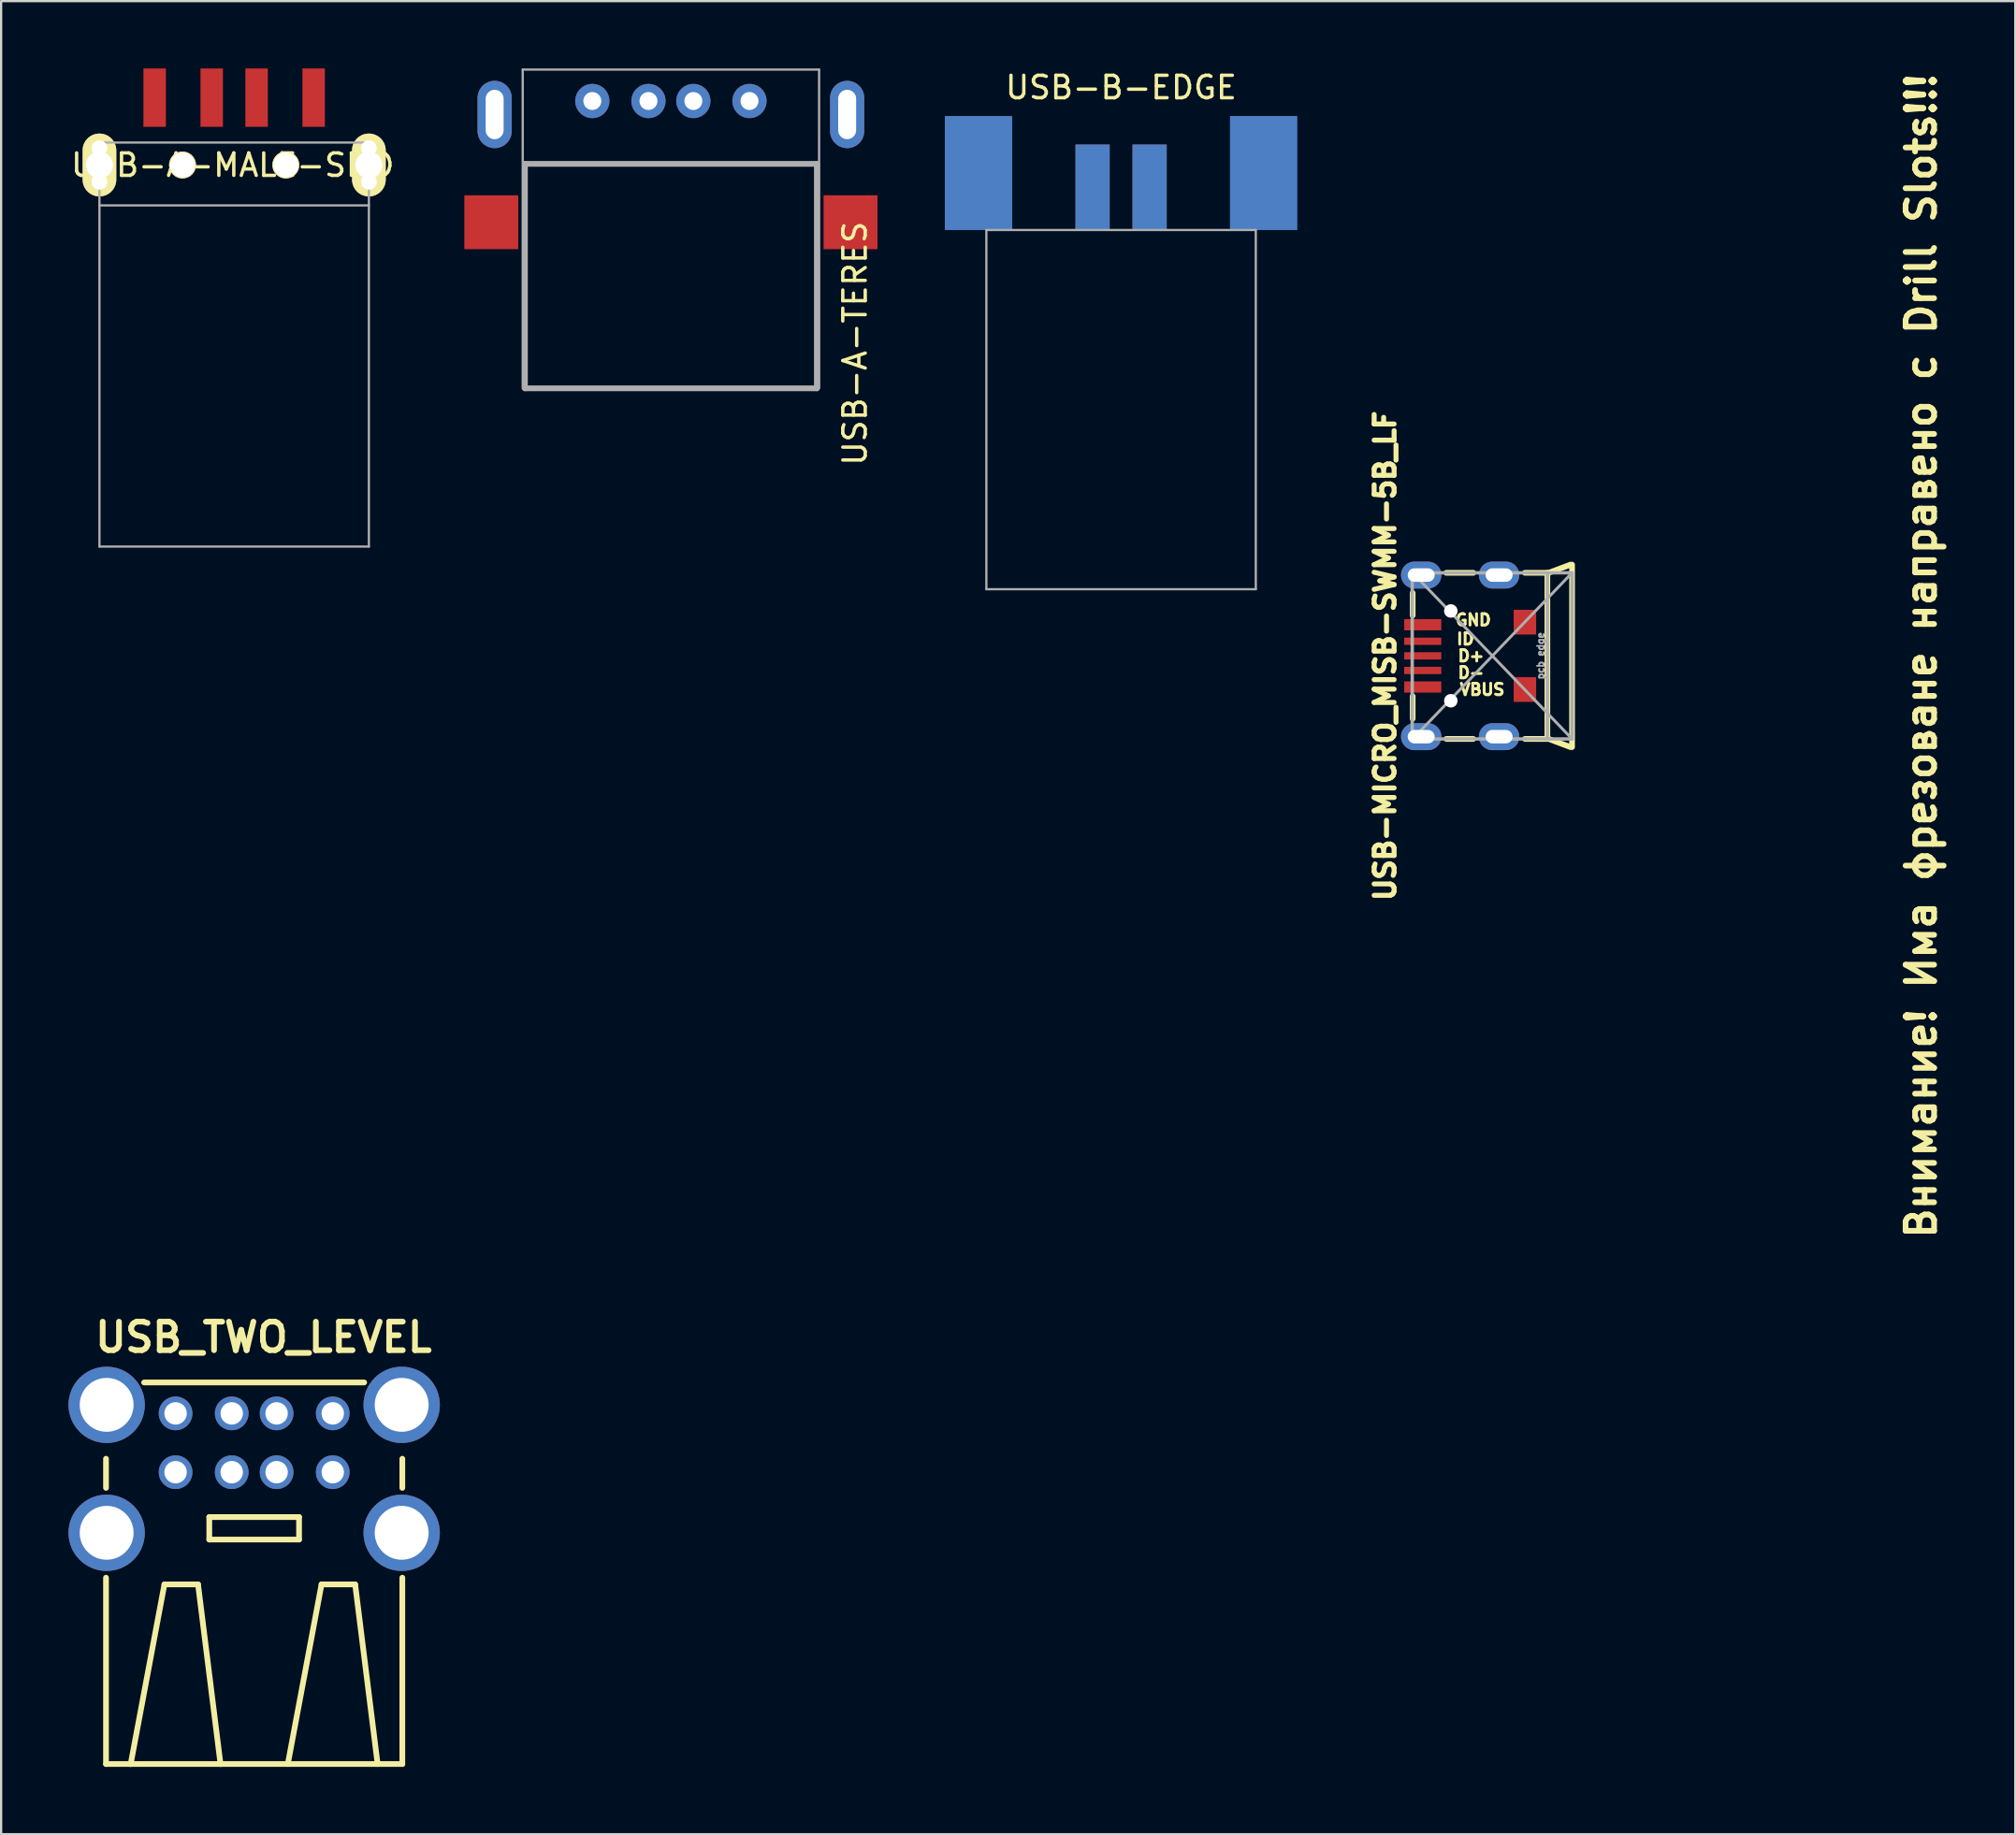
<source format=kicad_pcb>
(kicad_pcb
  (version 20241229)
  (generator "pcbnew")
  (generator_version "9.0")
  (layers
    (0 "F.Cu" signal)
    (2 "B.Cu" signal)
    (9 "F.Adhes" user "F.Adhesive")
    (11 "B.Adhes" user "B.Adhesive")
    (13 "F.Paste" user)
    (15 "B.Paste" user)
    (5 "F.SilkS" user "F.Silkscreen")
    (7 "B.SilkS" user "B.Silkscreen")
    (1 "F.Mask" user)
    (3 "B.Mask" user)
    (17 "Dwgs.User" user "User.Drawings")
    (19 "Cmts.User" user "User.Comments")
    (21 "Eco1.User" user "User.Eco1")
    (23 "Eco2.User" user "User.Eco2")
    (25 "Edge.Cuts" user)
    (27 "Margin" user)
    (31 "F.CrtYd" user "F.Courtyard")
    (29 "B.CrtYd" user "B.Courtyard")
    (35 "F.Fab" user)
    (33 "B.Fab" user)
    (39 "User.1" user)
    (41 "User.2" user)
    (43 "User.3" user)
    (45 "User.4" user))
  (footprint "USB-B-EDGE"
    (layer "F.Cu")
    (at 46.881 7.198)
    (property "Reference" "USB-B-EDGE" (at 0 -6.35 0) (layer "F.SilkS") (effects (font (size 1 1) (thickness 0.15))))
    (attr through_hole)
    (fp_line (start -6 0) (end 6 0) (stroke (width 0.1) (type solid)) (layer "F.Fab"))
    (fp_line (start -6 16) (end -6 0) (stroke (width 0.1) (type solid)) (layer "F.Fab"))
    (fp_line (start 6 0) (end 6 16) (stroke (width 0.1) (type solid)) (layer "F.Fab"))
    (fp_line (start 6 16) (end -6 16) (stroke (width 0.1) (type solid)) (layer "F.Fab"))
    (pad "0" smd rect (at -6.35 -2.54) (size 3 5.08) (layers "B.Cu" "B.Mask"))
    (pad "0" smd rect (at 6.35 -2.54) (size 3 5.08) (layers "B.Cu" "B.Mask"))
    (pad "1" smd rect (at 1.27 -1.905) (size 1.524 3.81) (layers "F.Cu" "F.Mask" "F.Paste"))
    (pad "2" smd rect (at -1.27 -1.905) (size 1.524 3.81) (layers "F.Cu" "F.Mask" "F.Paste"))
    (pad "3" smd rect (at -1.27 -1.905) (size 1.524 3.81) (layers "B.Cu" "B.Mask"))
    (pad "4" smd rect (at 1.27 -1.905) (size 1.524 3.81) (layers "B.Cu" "B.Mask" "F.Paste")))
  (footprint "USB-A-MALE-SMD"
    (layer "F.Cu")
    (at 7.379 4.3)
    (property "Reference" "USB-A-MALE-SMD" (at -0.064 0.007 180) (layer "F.SilkS") (effects (font (size 1 1) (thickness 0.15))))
    (attr smd)
    (fp_line (start -6 -1) (end -6 17) (stroke (width 0.1) (type solid)) (layer "F.Fab"))
    (fp_line (start -6 -1) (end 6 -1) (stroke (width 0.1) (type solid)) (layer "F.Fab"))
    (fp_line (start -6 1.8) (end 6 1.8) (stroke (width 0.1) (type solid)) (layer "F.Fab"))
    (fp_line (start -6 17) (end 6 17) (stroke (width 0.1) (type solid)) (layer "F.Fab"))
    (fp_line (start 6 -1) (end 6 17) (stroke (width 0.1) (type solid)) (layer "F.Fab"))
    (pad "" np_thru_hole circle (at -2.3 0) (size 1.2 1.2) (drill 1.1) (layers "*.Cu" "*.Mask" "F.SilkS"))
    (pad "" np_thru_hole circle (at 2.3 0) (size 1.2 1.2) (drill 1.1) (layers "*.Cu" "*.Mask" "F.SilkS"))
    (pad "1" smd rect (at 3.54 -3) (size 1 2.6) (layers "F.Cu" "F.Mask" "F.Paste"))
    (pad "2" smd rect (at 1 -3) (size 1 2.6) (layers "F.Cu" "F.Mask" "F.Paste"))
    (pad "3" smd rect (at -1 -3) (size 1 2.6) (layers "F.Cu" "F.Mask" "F.Paste"))
    (pad "4" smd rect (at -3.54 -3) (size 1 2.6) (layers "F.Cu" "F.Mask" "F.Paste"))
    (pad "5" thru_hole circle (at -6 -0.75) (size 0.8 0.8) (drill 0.7) (layers "*.Cu" "*.Mask" "F.SilkS"))
    (pad "5" thru_hole oval (at -6 0) (size 1.5 2.8) (drill 1.2) (layers "*.Cu" "*.Mask" "F.SilkS"))
    (pad "5" thru_hole circle (at -6 0.75) (size 0.8 0.8) (drill 0.7) (layers "*.Cu" "*.Mask" "F.SilkS"))
    (pad "5" thru_hole circle (at 6 -0.75) (size 0.8 0.8) (drill 0.7) (layers "*.Cu" "*.Mask" "F.SilkS"))
    (pad "5" thru_hole oval (at 6 0) (size 1.5 2.8) (drill 1.2) (layers "*.Cu" "*.Mask" "F.SilkS"))
    (pad "5" thru_hole circle (at 6 0.75) (size 0.8 0.8) (drill 0.7) (layers "*.Cu" "*.Mask" "F.SilkS")))
  (footprint "USB-MICRO_MISB-SWMM-5B_LF"
    (layer "F.Cu")
    (at 63.467 26.168)
    (property "Reference" "USB-MICRO_MISB-SWMM-5B_LF" (at -4.826 0 90) (layer "F.SilkS") (effects (font (size 0.889 0.889) (thickness 0.222))))
    (attr smd)
    (fp_line (start -3.6 -2.8) (end -3.6 -1.8) (stroke (width 0.254) (type solid)) (layer "F.SilkS"))
    (fp_line (start -3.6 1.8) (end -3.6 2.8) (stroke (width 0.254) (type solid)) (layer "F.SilkS"))
    (fp_line (start -2.1 -3.7) (end -0.9 -3.7) (stroke (width 0.254) (type solid)) (layer "F.SilkS"))
    (fp_line (start -2.1 3.7) (end -0.9 3.7) (stroke (width 0.254) (type solid)) (layer "F.SilkS"))
    (fp_line (start 1.4 -3.7) (end 2.4 -3.7) (stroke (width 0.254) (type solid)) (layer "F.SilkS"))
    (fp_line (start 2.4 -3.7) (end 2.4 3.7) (stroke (width 0.254) (type solid)) (layer "F.SilkS"))
    (fp_line (start 2.4 3.7) (end 1.4 3.7) (stroke (width 0.254) (type solid)) (layer "F.SilkS"))
    (fp_line (start 3.429 -4.064) (end 2.413 -3.683) (stroke (width 0.254) (type solid)) (layer "F.SilkS"))
    (fp_line (start 3.429 4.064) (end 2.413 3.683) (stroke (width 0.254) (type solid)) (layer "F.SilkS"))
    (fp_line (start 3.5 -4.064) (end 3.5 4.064) (stroke (width 0.254) (type solid)) (layer "F.SilkS"))
    (fp_line (start -3.62 -3.7) (end 3.5 -3.7) (stroke (width 0.15) (type solid)) (layer "F.Fab"))
    (fp_line (start -3.62 3.7) (end -3.62 -3.7) (stroke (width 0.15) (type solid)) (layer "F.Fab"))
    (fp_line (start 2.4 3.7) (end 2.4 -3.7) (stroke (width 0.15) (type solid)) (layer "F.Fab"))
    (fp_line (start 3.5 -3.7) (end -3.6 3.7) (stroke (width 0.127) (type solid)) (layer "F.Fab"))
    (fp_line (start 3.5 -3.7) (end 3.5 3.7) (stroke (width 0.15) (type solid)) (layer "F.Fab"))
    (fp_line (start 3.5 3.7) (end -3.62 3.7) (stroke (width 0.15) (type solid)) (layer "F.Fab"))
    (fp_line (start 3.5 3.7) (end -3.6 -3.7) (stroke (width 0.127) (type solid)) (layer "F.Fab"))
    (fp_text user "GND" (at -0.9 -1.6 0) (layer "F.SilkS") (effects (font (size 0.508 0.508) (thickness 0.127))))
    (fp_text user "D+" (at -1 0 0) (layer "F.SilkS") (effects (font (size 0.508 0.508) (thickness 0.127))))
    (fp_text user "D-" (at -1 0.75 0) (layer "F.SilkS") (effects (font (size 0.508 0.508) (thickness 0.127))))
    (fp_text user "VBUS" (at -0.5 1.5 0) (layer "F.SilkS") (effects (font (size 0.508 0.508) (thickness 0.127))))
    (fp_text user "ID" (at -1.25 -0.75 0) (layer "F.SilkS") (effects (font (size 0.508 0.508) (thickness 0.127))))
    (fp_text user "Внимание! Има фрезоване направено с Drill Slots!!!" (at 19.05 0 90) (layer "F.SilkS") (effects (font (size 1.27 1.27) (thickness 0.254))))
    (fp_text user "pcb edge" (at 2.1 0 90) (layer "F.Fab") (effects (font (size 0.3 0.3) (thickness 0.075))))
    (pad "" np_thru_hole circle (at -1.9 -2 90) (size 0.6 0.6) (drill 0.6) (layers "*.Cu" "*.Mask"))
    (pad "" np_thru_hole circle (at -1.9 2 90) (size 0.6 0.6) (drill 0.6) (layers "*.Cu" "*.Mask"))
    (pad "0" thru_hole oval (at -3.22 -3.6 90) (size 1.2 1.8) (drill oval 0.6 1.2) (layers "*.Cu" "*.Mask"))
    (pad "0" thru_hole oval (at -3.22 3.6 90) (size 1.2 1.8) (drill oval 0.6 1.2) (layers "*.Cu" "*.Mask"))
    (pad "0" thru_hole oval (at 0.25 -3.6 90) (size 1.2 1.8) (drill oval 0.6 1.2) (layers "*.Cu" "*.Mask"))
    (pad "0" thru_hole oval (at 0.25 3.6 90) (size 1.2 1.8) (drill oval 0.6 1.2) (layers "*.Cu" "*.Mask"))
    (pad "0" smd rect (at 1.4 -1.5 90) (size 1.1 1) (layers "F.Cu" "F.Mask" "F.Paste"))
    (pad "0" smd rect (at 1.4 1.5 90) (size 1.1 1) (layers "F.Cu" "F.Mask" "F.Paste"))
    (pad "1" smd rect (at -3.15 1.387 90) (size 0.5 1.65) (layers "F.Cu" "F.Mask" "F.Paste"))
    (pad "2" smd rect (at -3.15 0.65 90) (size 0.325 1.65) (layers "F.Cu" "F.Mask" "F.Paste"))
    (pad "3" smd rect (at -3.15 0 90) (size 0.325 1.65) (layers "F.Cu" "F.Mask" "F.Paste"))
    (pad "4" smd rect (at -3.15 -0.65 90) (size 0.325 1.65) (layers "F.Cu" "F.Mask" "F.Paste"))
    (pad "5" smd rect (at -3.15 -1.387 90) (size 0.5 1.65) (layers "F.Cu" "F.Mask" "F.Paste")))
  (footprint "USB_TWO_LEVEL"
    (layer "F.Cu")
    (at 8.27 62.535)
    (property "Reference" "USB_TWO_LEVEL" (at 0.42 -6.01 0) (layer "F.SilkS") (effects (font (size 1.27 1.27) (thickness 0.254))))
    (attr exclude_from_pos_files exclude_from_bom)
    (fp_line (start -6.599 -0.599) (end -6.599 0.699) (stroke (width 0.254) (type solid)) (layer "F.SilkS"))
    (fp_line (start -6.599 4.699) (end -6.599 13) (stroke (width 0.254) (type solid)) (layer "F.SilkS"))
    (fp_line (start -6.599 13) (end -5.499 13) (stroke (width 0.254) (type solid)) (layer "F.SilkS"))
    (fp_line (start -5.499 13) (end -3.998 4.999) (stroke (width 0.254) (type solid)) (layer "F.SilkS"))
    (fp_line (start -5.499 13) (end -1.499 13) (stroke (width 0.254) (type solid)) (layer "F.SilkS"))
    (fp_line (start -3.998 4.999) (end -2.499 4.999) (stroke (width 0.254) (type solid)) (layer "F.SilkS"))
    (fp_line (start -2.499 4.999) (end -1.499 13) (stroke (width 0.254) (type solid)) (layer "F.SilkS"))
    (fp_line (start -1.999 1.999) (end -1.999 3) (stroke (width 0.254) (type solid)) (layer "F.SilkS"))
    (fp_line (start -1.999 3) (end 1.999 3) (stroke (width 0.254) (type solid)) (layer "F.SilkS"))
    (fp_line (start -1.499 13) (end 6.599 13) (stroke (width 0.254) (type solid)) (layer "F.SilkS"))
    (fp_line (start 1.499 13) (end 3 4.999) (stroke (width 0.254) (type solid)) (layer "F.SilkS"))
    (fp_line (start 1.999 1.999) (end -1.999 1.999) (stroke (width 0.254) (type solid)) (layer "F.SilkS"))
    (fp_line (start 1.999 3) (end 1.999 1.999) (stroke (width 0.254) (type solid)) (layer "F.SilkS"))
    (fp_line (start 3 4.999) (end 4.498 4.999) (stroke (width 0.254) (type solid)) (layer "F.SilkS"))
    (fp_line (start 4.498 4.999) (end 5.499 13) (stroke (width 0.254) (type solid)) (layer "F.SilkS"))
    (fp_line (start 4.9 -3.998) (end -4.9 -3.998) (stroke (width 0.254) (type solid)) (layer "F.SilkS"))
    (fp_line (start 6.599 0.699) (end 6.599 -0.599) (stroke (width 0.254) (type solid)) (layer "F.SilkS"))
    (fp_line (start 6.599 13) (end 6.599 4.699) (stroke (width 0.254) (type solid)) (layer "F.SilkS"))
    (pad "1" thru_hole circle (at -3.5 -2.62) (size 1.5 1.5) (drill 1) (layers "*.Cu" "*.Mask"))
    (pad "1" thru_hole circle (at -3.5 0) (size 1.5 1.5) (drill 1) (layers "*.Cu" "*.Mask"))
    (pad "1.2" thru_hole circle (at -1 -2.62) (size 1.5 1.5) (drill 1) (layers "*.Cu" "*.Mask"))
    (pad "1.3" thru_hole circle (at 1 -2.62) (size 1.5 1.5) (drill 1) (layers "*.Cu" "*.Mask"))
    (pad "2.2" thru_hole circle (at -1 0) (size 1.5 1.5) (drill 1) (layers "*.Cu" "*.Mask"))
    (pad "2.3" thru_hole circle (at 1 0) (size 1.5 1.5) (drill 1) (layers "*.Cu" "*.Mask"))
    (pad "4" thru_hole circle (at 3.5 -2.62) (size 1.5 1.5) (drill 1) (layers "*.Cu" "*.Mask"))
    (pad "4" thru_hole circle (at 3.5 0) (size 1.5 1.5) (drill 1) (layers "*.Cu" "*.Mask"))
    (pad "5" thru_hole circle (at -6.57 -3) (size 3.4 3.4) (drill 2.4) (layers "*.Cu" "*.Mask"))
    (pad "5" thru_hole circle (at -6.57 2.7) (size 3.4 3.4) (drill 2.4) (layers "*.Cu" "*.Mask"))
    (pad "5" thru_hole circle (at 6.57 -3) (size 3.4 3.4) (drill 2.4) (layers "*.Cu" "*.Mask"))
    (pad "5" thru_hole circle (at 6.57 2.7) (size 3.4 3.4) (drill 2.4) (layers "*.Cu" "*.Mask")))
  (footprint "USB-A-TERES"
    (layer "F.Cu")
    (at 26.831 14.25)
    (property "Reference" "USB-A-TERES" (at 8.2 -2 270) (layer "F.SilkS") (effects (font (size 1 1) (thickness 0.15))))
    (attr through_hole)
    (fp_line (start -6.6 -14.2) (end 6.6 -14.2) (stroke (width 0.1) (type solid)) (layer "F.Fab"))
    (fp_line (start -6.6 0) (end -6.6 -14.2) (stroke (width 0.1) (type solid)) (layer "F.Fab"))
    (fp_line (start -6.5 -10) (end 6.5 -10) (stroke (width 0.254) (type solid)) (layer "F.Fab"))
    (fp_line (start -6.5 0) (end -6.5 -10) (stroke (width 0.254) (type solid)) (layer "F.Fab"))
    (fp_line (start 6.5 -10) (end 6.5 0) (stroke (width 0.254) (type solid)) (layer "F.Fab"))
    (fp_line (start 6.5 0) (end -6.5 0) (stroke (width 0.254) (type solid)) (layer "F.Fab"))
    (fp_line (start 6.6 -14.2) (end 6.6 0) (stroke (width 0.1) (type solid)) (layer "F.Fab"))
    (pad "0" smd rect (at -8 -7.4) (size 2.4 2.4) (layers "F.Cu" "F.Mask" "F.Paste"))
    (pad "0" thru_hole oval (at -7.85 -12.2) (size 1.524 3) (drill oval 0.8 2.2) (layers "*.Cu" "*.Mask"))
    (pad "0" thru_hole oval (at 7.85 -12.2) (size 1.524 3) (drill oval 0.8 2.2) (layers "*.Cu" "*.Mask"))
    (pad "0" smd rect (at 8 -7.4) (size 2.4 2.4) (layers "F.Cu" "F.Mask" "F.Paste"))
    (pad "1" thru_hole circle (at -3.5 -12.8) (size 1.524 1.524) (drill 0.8) (layers "*.Cu" "*.Mask"))
    (pad "2" thru_hole circle (at -1 -12.8) (size 1.524 1.524) (drill 0.8) (layers "*.Cu" "*.Mask"))
    (pad "3" thru_hole circle (at 1 -12.8) (size 1.524 1.524) (drill 0.8) (layers "*.Cu" "*.Mask"))
    (pad "4" thru_hole circle (at 3.5 -12.8) (size 1.524 1.524) (drill 0.8) (layers "*.Cu" "*.Mask")))
  (gr_rect
    (start -3 -3)
    (end 86.706 78.662)
    (stroke (width 0.1) (type default))
    (fill no)
    (layer "Edge.Cuts")))
</source>
